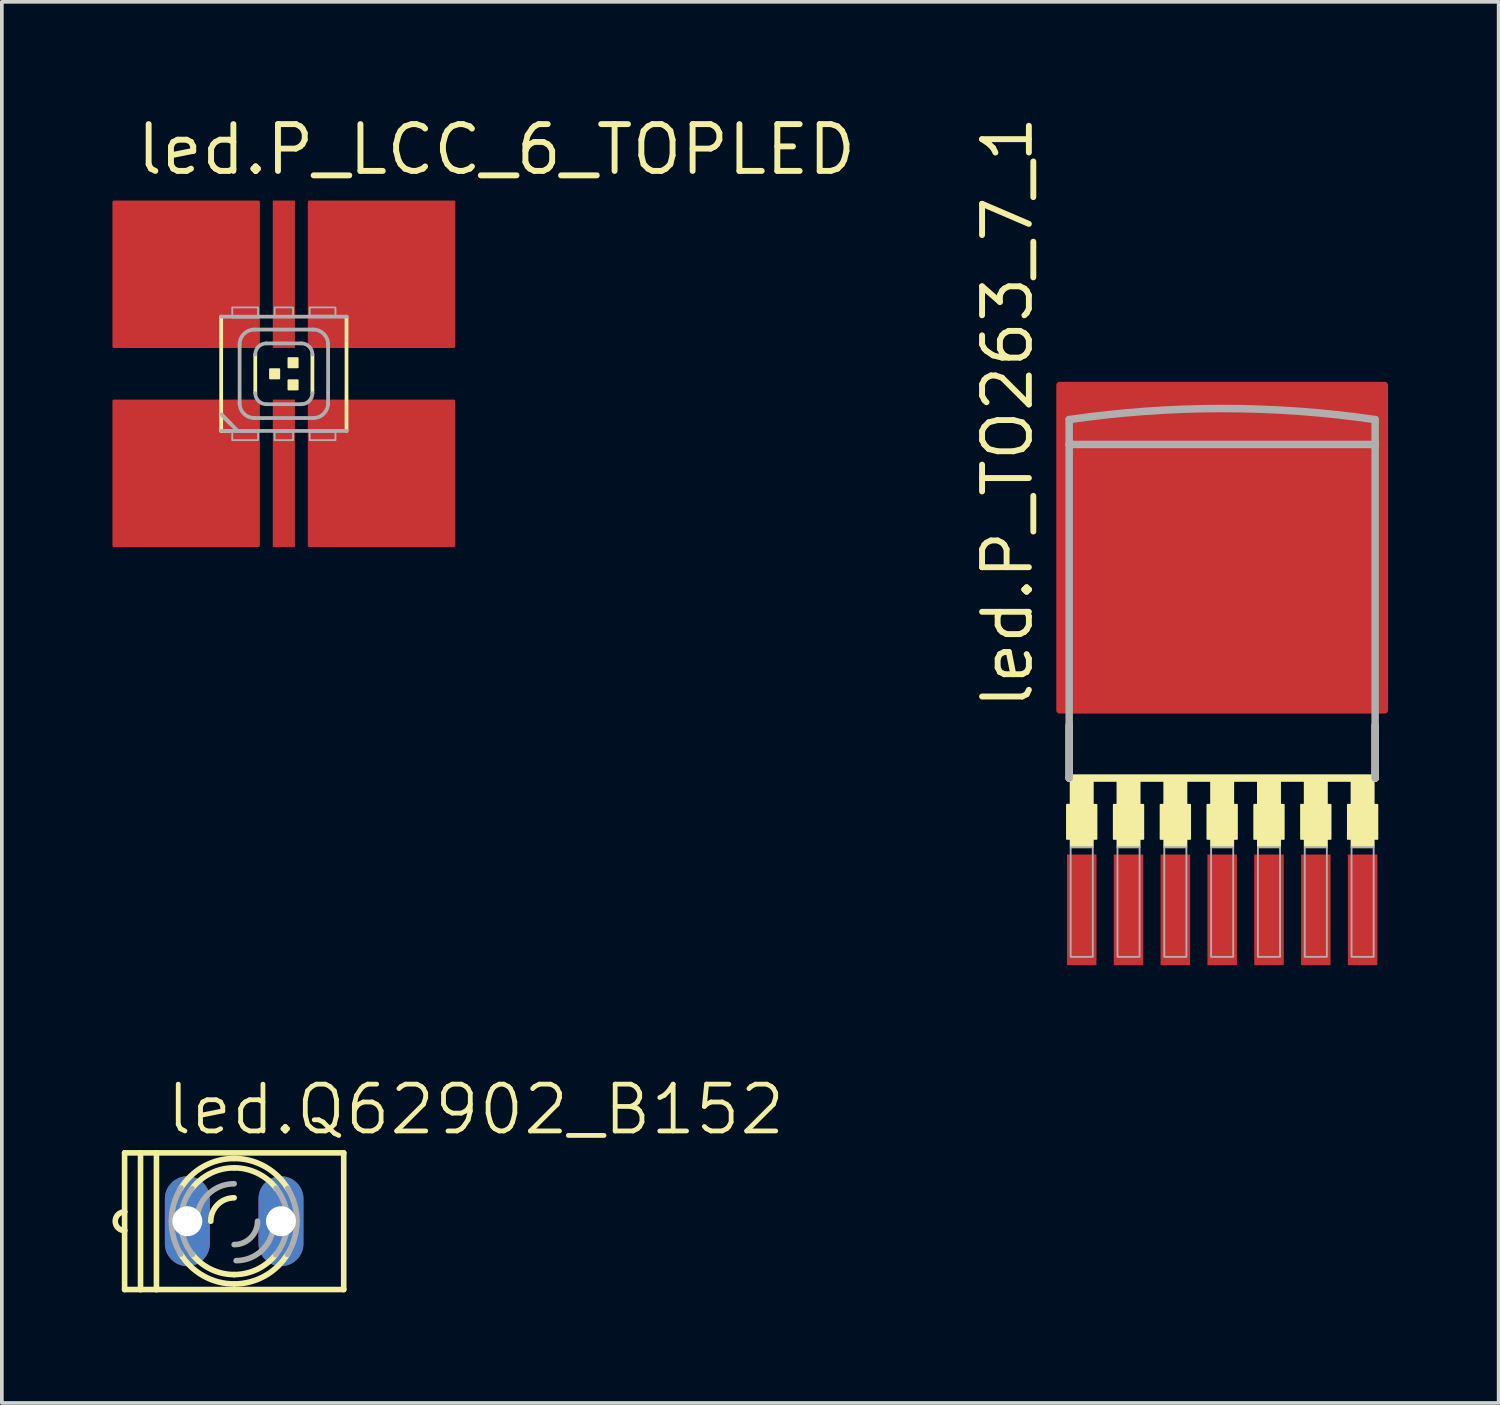
<source format=kicad_pcb>
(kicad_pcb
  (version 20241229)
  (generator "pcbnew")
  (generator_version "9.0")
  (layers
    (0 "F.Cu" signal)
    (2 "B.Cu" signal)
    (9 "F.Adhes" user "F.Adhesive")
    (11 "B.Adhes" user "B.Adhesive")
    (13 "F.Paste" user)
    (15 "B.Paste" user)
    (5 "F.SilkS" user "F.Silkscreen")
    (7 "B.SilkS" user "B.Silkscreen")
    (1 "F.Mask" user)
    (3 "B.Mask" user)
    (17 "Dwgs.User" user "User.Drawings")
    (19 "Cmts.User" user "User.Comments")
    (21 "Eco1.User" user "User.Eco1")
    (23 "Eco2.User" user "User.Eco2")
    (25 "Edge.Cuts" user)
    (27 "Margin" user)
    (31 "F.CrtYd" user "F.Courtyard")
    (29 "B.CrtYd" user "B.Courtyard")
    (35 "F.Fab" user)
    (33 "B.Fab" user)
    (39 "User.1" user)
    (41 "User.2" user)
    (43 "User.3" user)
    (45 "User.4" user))
  (footprint "led.P_LCC_6_TOPLED"
    (layer "F.Cu")
    (at 4.65 7.09)
    (property "Reference" "led.P_LCC_6_TOPLED" (at -4.075 -5.34 0) (layer "F.SilkS") (effects (font (size 1.27 1.27) (thickness 0.16)) (justify left bottom)))
    (attr smd)
    (fp_rect (start -1.45 -0.675) (end -0.6 -2.375) (stroke (width 0.05) (type default)) (fill yes) (layer "F.Mask"))
    (fp_rect (start -1.45 2.35) (end -0.6 0.65) (stroke (width 0.05) (type default)) (fill yes) (layer "F.Mask"))
    (fp_rect (start -0.35 -0.65) (end 0.35 -2.35) (stroke (width 0.05) (type default)) (fill yes) (layer "F.Mask"))
    (fp_rect (start -0.35 2.35) (end 0.35 0.65) (stroke (width 0.05) (type default)) (fill yes) (layer "F.Mask"))
    (fp_rect (start 0.6 -0.65) (end 1.45 -2.35) (stroke (width 0.05) (type default)) (fill yes) (layer "F.Mask"))
    (fp_rect (start 0.6 2.35) (end 1.45 0.65) (stroke (width 0.05) (type default)) (fill yes) (layer "F.Mask"))
    (fp_circle (center -4 4) (end -3.799 4) (stroke (width 0.1) (type default)) (fill no) (layer "F.Mask"))
    (fp_line (start -1.7 1.1) (end -1.7 -1.55) (stroke (width 0.102) (type default)) (layer "F.SilkS"))
    (fp_line (start -1.7 1.1) (end -1.45 1.35) (stroke (width 0.102) (type default)) (layer "F.SilkS"))
    (fp_line (start -1.7 1.55) (end -1.7 1.1) (stroke (width 0.102) (type default)) (layer "F.SilkS"))
    (fp_line (start -1.475 1.55) (end -1.7 1.55) (stroke (width 0.102) (type default)) (layer "F.SilkS"))
    (fp_line (start -0.775 -0.525) (end -0.775 0.525) (stroke (width 0.102) (type default)) (layer "F.SilkS"))
    (fp_line (start 0.775 0.525) (end 0.775 -0.525) (stroke (width 0.102) (type default)) (layer "F.SilkS"))
    (fp_line (start 1.7 -1.55) (end 1.7 1.55) (stroke (width 0.102) (type default)) (layer "F.SilkS"))
    (fp_rect (start -0.375 0.125) (end -0.125 -0.125) (stroke (width 0.05) (type default)) (fill yes) (layer "F.SilkS"))
    (fp_rect (start 0.125 -0.175) (end 0.375 -0.425) (stroke (width 0.05) (type default)) (fill yes) (layer "F.SilkS"))
    (fp_rect (start 0.125 0.425) (end 0.375 0.175) (stroke (width 0.05) (type default)) (fill yes) (layer "F.SilkS"))
    (fp_rect (start -1.4 -0.75) (end -0.7 -2.275) (stroke (width 0.05) (type default)) (fill yes) (layer "F.Paste"))
    (fp_rect (start -1.4 2.275) (end -0.7 0.75) (stroke (width 0.05) (type default)) (fill yes) (layer "F.Paste"))
    (fp_rect (start -0.25 -0.75) (end 0.25 -2.275) (stroke (width 0.05) (type default)) (fill yes) (layer "F.Paste"))
    (fp_rect (start -0.25 2.275) (end 0.25 0.75) (stroke (width 0.05) (type default)) (fill yes) (layer "F.Paste"))
    (fp_rect (start 0.7 -0.75) (end 1.4 -2.275) (stroke (width 0.05) (type default)) (fill yes) (layer "F.Paste"))
    (fp_rect (start 0.7 2.275) (end 1.4 0.75) (stroke (width 0.05) (type default)) (fill yes) (layer "F.Paste"))
    (fp_line (start -1.7 -1.55) (end 1.7 -1.55) (stroke (width 0.102) (type default)) (layer "F.Fab"))
    (fp_line (start -1.7 1.1) (end -1.25 1.55) (stroke (width 0.102) (type default)) (layer "F.Fab"))
    (fp_line (start -1.25 1.55) (end -1.7 1.55) (stroke (width 0.102) (type default)) (layer "F.Fab"))
    (fp_line (start -1.2 0.8) (end -1.2 -0.8) (stroke (width 0.102) (type default)) (layer "F.Fab"))
    (fp_line (start -0.8 -1.2) (end 0.8 -1.2) (stroke (width 0.102) (type default)) (layer "F.Fab"))
    (fp_line (start -0.475 0.825) (end 0.475 0.825) (stroke (width 0.102) (type default)) (layer "F.Fab"))
    (fp_line (start 0.475 -0.825) (end -0.475 -0.825) (stroke (width 0.102) (type default)) (layer "F.Fab"))
    (fp_line (start 0.8 1.2) (end -0.8 1.2) (stroke (width 0.102) (type default)) (layer "F.Fab"))
    (fp_line (start 1.2 -0.8) (end 1.2 0.8) (stroke (width 0.102) (type default)) (layer "F.Fab"))
    (fp_line (start 1.7 1.55) (end -1.25 1.55) (stroke (width 0.102) (type default)) (layer "F.Fab"))
    (fp_rect (start -1.4 -1.525) (end -0.7 -1.8) (stroke (width 0.05) (type default)) (fill no) (layer "F.Fab"))
    (fp_rect (start -1.4 1.8) (end -0.7 1.575) (stroke (width 0.05) (type default)) (fill no) (layer "F.Fab"))
    (fp_rect (start -0.25 -1.55) (end 0.25 -1.8) (stroke (width 0.05) (type default)) (fill no) (layer "F.Fab"))
    (fp_rect (start -0.25 1.8) (end 0.25 1.575) (stroke (width 0.05) (type default)) (fill no) (layer "F.Fab"))
    (fp_rect (start 0.7 -1.575) (end 1.4 -1.8) (stroke (width 0.05) (type default)) (fill no) (layer "F.Fab"))
    (fp_rect (start 0.7 1.8) (end 1.4 1.575) (stroke (width 0.05) (type default)) (fill no) (layer "F.Fab"))
    (fp_arc (start -1.2 -0.8) (mid -1.082843 -1.082843) (end -0.8 -1.2) (stroke (width 0.1016) (type default)) (layer "F.Fab"))
    (fp_arc (start -0.8 1.2) (mid -1.082843 1.082843) (end -1.2 0.8) (stroke (width 0.1016) (type default)) (layer "F.Fab"))
    (fp_arc (start -0.775 -0.525) (mid -0.687132 -0.737132) (end -0.475 -0.825) (stroke (width 0.1016) (type default)) (layer "F.Fab"))
    (fp_arc (start -0.475 0.825) (mid -0.687132 0.737132) (end -0.775 0.525) (stroke (width 0.1016) (type default)) (layer "F.Fab"))
    (fp_arc (start 0.475 -0.825) (mid 0.687132 -0.737132) (end 0.775 -0.525) (stroke (width 0.1016) (type default)) (layer "F.Fab"))
    (fp_arc (start 0.775 0.525) (mid 0.687132 0.737132) (end 0.475 0.825) (stroke (width 0.1016) (type default)) (layer "F.Fab"))
    (fp_arc (start 0.8 -1.2) (mid 1.082843 -1.082843) (end 1.2 -0.8) (stroke (width 0.1016) (type default)) (layer "F.Fab"))
    (fp_arc (start 1.2 0.8) (mid 1.082843 1.082843) (end 0.8 1.2) (stroke (width 0.1016) (type default)) (layer "F.Fab"))
    (pad "A1" smd roundrect (at -2.65 2.7) (size 4 4) (layers "F.Cu" "F.Mask" "F.Paste") (roundrect_rratio 0.01))
    (pad "A2" smd roundrect (at 2.65 2.7) (size 4 4) (layers "F.Cu" "F.Mask" "F.Paste") (roundrect_rratio 0.01))
    (pad "A3" smd roundrect (at 2.65 -2.7) (size 4 4) (layers "F.Cu" "F.Mask" "F.Paste") (roundrect_rratio 0.01))
    (pad "C1" smd roundrect (at -2.65 -2.7) (size 4 4) (layers "F.Cu" "F.Mask" "F.Paste") (roundrect_rratio 0.01))
    (pad "C2" smd roundrect (at 0 2.7) (size 0.6 4) (layers "F.Cu" "F.Mask" "F.Paste") (roundrect_rratio 0.01))
    (pad "C3" smd roundrect (at 0 -2.7) (size 0.6 4) (layers "F.Cu" "F.Mask" "F.Paste") (roundrect_rratio 0.01)))
  (footprint "led.P_TO263_7_1"
    (layer "F.Cu")
    (at 30.104 18.157)
    (property "Reference" "led.P_TO263_7_1" (at -5.08 -1.905 90) (layer "F.SilkS") (effects (font (size 1.27 1.27) (thickness 0.16)) (justify left bottom)))
    (attr smd)
    (fp_line (start -4.15 -1.53) (end -4.15 -0.1) (stroke (width 0.203) (type default)) (layer "F.SilkS"))
    (fp_line (start -4.15 -0.1) (end 4.15 -0.1) (stroke (width 0.203) (type default)) (layer "F.SilkS"))
    (fp_line (start 4.15 -0.1) (end 4.15 -1.53) (stroke (width 0.203) (type default)) (layer "F.SilkS"))
    (fp_rect (start -4.21 1.55) (end -3.41 0.625) (stroke (width 0.05) (type default)) (fill yes) (layer "F.SilkS"))
    (fp_rect (start -4.11 1.775) (end -3.51 -0.05) (stroke (width 0.05) (type default)) (fill yes) (layer "F.SilkS"))
    (fp_rect (start -2.94 1.55) (end -2.14 0.625) (stroke (width 0.05) (type default)) (fill yes) (layer "F.SilkS"))
    (fp_rect (start -2.84 1.775) (end -2.24 -0.05) (stroke (width 0.05) (type default)) (fill yes) (layer "F.SilkS"))
    (fp_rect (start -1.67 1.55) (end -0.87 0.625) (stroke (width 0.05) (type default)) (fill yes) (layer "F.SilkS"))
    (fp_rect (start -1.57 1.775) (end -0.97 -0.05) (stroke (width 0.05) (type default)) (fill yes) (layer "F.SilkS"))
    (fp_rect (start -0.4 1.55) (end 0.4 0.625) (stroke (width 0.05) (type default)) (fill yes) (layer "F.SilkS"))
    (fp_rect (start -0.3 1.775) (end 0.3 -0.05) (stroke (width 0.05) (type default)) (fill yes) (layer "F.SilkS"))
    (fp_rect (start 0.87 1.55) (end 1.67 0.625) (stroke (width 0.05) (type default)) (fill yes) (layer "F.SilkS"))
    (fp_rect (start 0.97 1.775) (end 1.57 -0.05) (stroke (width 0.05) (type default)) (fill yes) (layer "F.SilkS"))
    (fp_rect (start 2.14 1.55) (end 2.94 0.625) (stroke (width 0.05) (type default)) (fill yes) (layer "F.SilkS"))
    (fp_rect (start 2.24 1.775) (end 2.84 -0.05) (stroke (width 0.05) (type default)) (fill yes) (layer "F.SilkS"))
    (fp_rect (start 3.41 1.55) (end 4.21 0.625) (stroke (width 0.05) (type default)) (fill yes) (layer "F.SilkS"))
    (fp_rect (start 3.51 1.775) (end 4.11 -0.05) (stroke (width 0.05) (type default)) (fill yes) (layer "F.SilkS"))
    (fp_line (start -4.15 -9.15) (end -4.15 -9.825) (stroke (width 0.203) (type default)) (layer "F.Fab"))
    (fp_line (start -4.15 -9.15) (end -4.15 -0.1) (stroke (width 0.203) (type default)) (layer "F.Fab"))
    (fp_line (start 4.15 -9.825) (end 4.15 -9.15) (stroke (width 0.203) (type default)) (layer "F.Fab"))
    (fp_line (start 4.15 -9.15) (end -4.15 -9.15) (stroke (width 0.203) (type default)) (layer "F.Fab"))
    (fp_line (start 4.15 -0.1) (end 4.15 -9.15) (stroke (width 0.203) (type default)) (layer "F.Fab"))
    (fp_rect (start -4.11 4.75) (end -3.51 1.775) (stroke (width 0.05) (type default)) (fill no) (layer "F.Fab"))
    (fp_rect (start -2.84 4.75) (end -2.24 1.775) (stroke (width 0.05) (type default)) (fill no) (layer "F.Fab"))
    (fp_rect (start -1.57 4.75) (end -0.97 1.775) (stroke (width 0.05) (type default)) (fill no) (layer "F.Fab"))
    (fp_rect (start -0.3 4.75) (end 0.3 1.775) (stroke (width 0.05) (type default)) (fill no) (layer "F.Fab"))
    (fp_rect (start 0.97 4.75) (end 1.57 1.775) (stroke (width 0.05) (type default)) (fill no) (layer "F.Fab"))
    (fp_rect (start 2.24 4.75) (end 2.84 1.775) (stroke (width 0.05) (type default)) (fill no) (layer "F.Fab"))
    (fp_rect (start 3.51 4.75) (end 4.11 1.775) (stroke (width 0.05) (type default)) (fill no) (layer "F.Fab"))
    (fp_arc (start -4.15 -9.825) (mid 0 -10.125) (end 4.15 -9.825) (stroke (width 0.2032) (type default)) (layer "F.Fab"))
    (pad "1" smd roundrect (at -3.81 3.475) (size 0.8 3) (layers "F.Cu" "F.Mask" "F.Paste") (roundrect_rratio 0.01))
    (pad "2" smd roundrect (at -2.54 3.475) (size 0.8 3) (layers "F.Cu" "F.Mask" "F.Paste") (roundrect_rratio 0.01))
    (pad "3" smd roundrect (at -1.27 3.475) (size 0.8 3) (layers "F.Cu" "F.Mask" "F.Paste") (roundrect_rratio 0.01))
    (pad "4" smd roundrect (at 0 3.475) (size 0.8 3) (layers "F.Cu" "F.Mask" "F.Paste") (roundrect_rratio 0.01))
    (pad "5" smd roundrect (at 1.27 3.475) (size 0.8 3) (layers "F.Cu" "F.Mask" "F.Paste") (roundrect_rratio 0.01))
    (pad "6" smd roundrect (at 2.54 3.475) (size 0.8 3) (layers "F.Cu" "F.Mask" "F.Paste") (roundrect_rratio 0.01))
    (pad "7" smd roundrect (at 3.81 3.475) (size 0.8 3) (layers "F.Cu" "F.Mask" "F.Paste") (roundrect_rratio 0.01))
    (pad "TH" smd roundrect (at 0 -6.35) (size 9 9) (layers "F.Cu" "F.Mask" "F.Paste") (roundrect_rratio 0.01)))
  (footprint "led.Q62902_B152"
    (layer "F.Cu")
    (at 3.302 30.078)
    (property "Reference" "led.Q62902_B152" (at -1.905 -2.286 0) (layer "F.SilkS") (effects (font (size 1.27 1.27) (thickness 0.13)) (justify left bottom)))
    (attr through_hole)
    (fp_line (start -2.972 -0.254) (end -2.972 -1.854) (stroke (width 0.152) (type default)) (layer "F.SilkS"))
    (fp_line (start -2.972 0.254) (end -2.972 -0.254) (stroke (width 0.152) (type default)) (layer "F.SilkS"))
    (fp_line (start -2.972 1.854) (end -2.972 0.254) (stroke (width 0.152) (type default)) (layer "F.SilkS"))
    (fp_line (start -2.54 -1.854) (end -2.972 -1.854) (stroke (width 0.152) (type default)) (layer "F.SilkS"))
    (fp_line (start -2.54 -1.854) (end -2.108 -1.854) (stroke (width 0.152) (type default)) (layer "F.SilkS"))
    (fp_line (start -2.54 1.854) (end -2.972 1.854) (stroke (width 0.152) (type default)) (layer "F.SilkS"))
    (fp_line (start -2.54 1.854) (end -2.54 -1.854) (stroke (width 0.152) (type default)) (layer "F.SilkS"))
    (fp_line (start -2.108 -1.854) (end -2.108 1.854) (stroke (width 0.152) (type default)) (layer "F.SilkS"))
    (fp_line (start -2.108 -1.854) (end 2.972 -1.854) (stroke (width 0.152) (type default)) (layer "F.SilkS"))
    (fp_line (start -2.108 1.854) (end -2.54 1.854) (stroke (width 0.152) (type default)) (layer "F.SilkS"))
    (fp_line (start 2.972 -1.854) (end 2.972 1.854) (stroke (width 0.152) (type default)) (layer "F.SilkS"))
    (fp_line (start 2.972 1.854) (end -2.108 1.854) (stroke (width 0.152) (type default)) (layer "F.SilkS"))
    (fp_arc (start -2.9718 0.254) (mid -3.2258 0) (end -2.9718 -0.254) (stroke (width 0.1524) (type default)) (layer "F.SilkS"))
    (fp_arc (start -1.4618 -0.8714) (mid -0.840602 -1.479714) (end 0 -1.7018) (stroke (width 0.1524) (type default)) (layer "F.SilkS"))
    (fp_arc (start -1.1486 -0.8814) (mid -0.640331 -1.298504) (end 0 -1.4478) (stroke (width 0.1524) (type default)) (layer "F.SilkS"))
    (fp_arc (start -0.635 0) (mid -0.449013 -0.449013) (end 0 -0.635) (stroke (width 0.1524) (type default)) (layer "F.SilkS"))
    (fp_arc (start 0 -1.7018) (mid 0.845401 -1.476932) (end 1.4674 -0.8618) (stroke (width 0.1524) (type default)) (layer "F.SilkS"))
    (fp_arc (start 0 -1.4478) (mid 0.639595 -1.298866) (end 1.1476 -0.8827) (stroke (width 0.1524) (type default)) (layer "F.SilkS"))
    (fp_arc (start 0 1.4478) (mid -0.630468 1.303314) (end -1.1351 0.8987) (stroke (width 0.1524) (type default)) (layer "F.SilkS"))
    (fp_arc (start 0 1.7018) (mid -0.836615 1.481993) (end -1.4571 0.8793) (stroke (width 0.1524) (type default)) (layer "F.SilkS"))
    (fp_arc (start 1.1305 0.9044) (mid 0.627152 1.304883) (end 0 1.4478) (stroke (width 0.1524) (type default)) (layer "F.SilkS"))
    (fp_arc (start 1.4571 0.8793) (mid 0.836615 1.481993) (end 0 1.7018) (stroke (width 0.1524) (type default)) (layer "F.SilkS"))
    (fp_arc (start -1.7018 0) (mid -1.636273 -0.467764) (end -1.4447 -0.8995) (stroke (width 0.1524) (type default)) (layer "F.Fab"))
    (fp_arc (start -1.4502 0.8905) (mid -1.637688 0.462679) (end -1.7018 0) (stroke (width 0.1524) (type default)) (layer "F.Fab"))
    (fp_arc (start -1.4478 0) (mid -1.370171 -0.46773) (end -1.1456 -0.8853) (stroke (width 0.1524) (type default)) (layer "F.Fab"))
    (fp_arc (start -1.1305 0.9044) (mid -1.36616 0.479218) (end -1.4478 0) (stroke (width 0.1524) (type default)) (layer "F.Fab"))
    (fp_arc (start -1.016 0) (mid -0.71842 -0.71842) (end 0 -1.016) (stroke (width 0.1524) (type default)) (layer "F.Fab"))
    (fp_arc (start 0.635 0) (mid 0.449013 0.449013) (end 0 0.635) (stroke (width 0.1524) (type default)) (layer "F.Fab"))
    (fp_arc (start 1.0699 0.0539) (mid 0.77232 0.77232) (end 0.0539 1.0699) (stroke (width 0.1524) (type default)) (layer "F.Fab"))
    (fp_arc (start 1.1401 -0.8923) (mid 1.368706 -0.471929) (end 1.4478 0) (stroke (width 0.1524) (type default)) (layer "F.Fab"))
    (fp_arc (start 1.4478 0) (mid 1.365525 0.481032) (end 1.1281 0.9074) (stroke (width 0.1524) (type default)) (layer "F.Fab"))
    (fp_arc (start 1.4521 -0.8874) (mid 1.638182 -0.46093) (end 1.7018 0) (stroke (width 0.1524) (type default)) (layer "F.Fab"))
    (fp_arc (start 1.7018 0) (mid 1.636576 0.466635) (end 1.4459 0.8975) (stroke (width 0.1524) (type default)) (layer "F.Fab"))
    (pad "A" thru_hole oval (at 1.27 0 90) (size 2.438 1.219) (drill 0.813) (layers "*.Cu" "*.Mask"))
    (pad "K" thru_hole oval (at -1.27 0 90) (size 2.438 1.219) (drill 0.813) (layers "*.Cu" "*.Mask")))
  (gr_rect
    (start -3 -3)
    (end 37.604 35.009)
    (stroke (width 0.1) (type default))
    (fill no)
    (layer "Edge.Cuts")))
</source>
